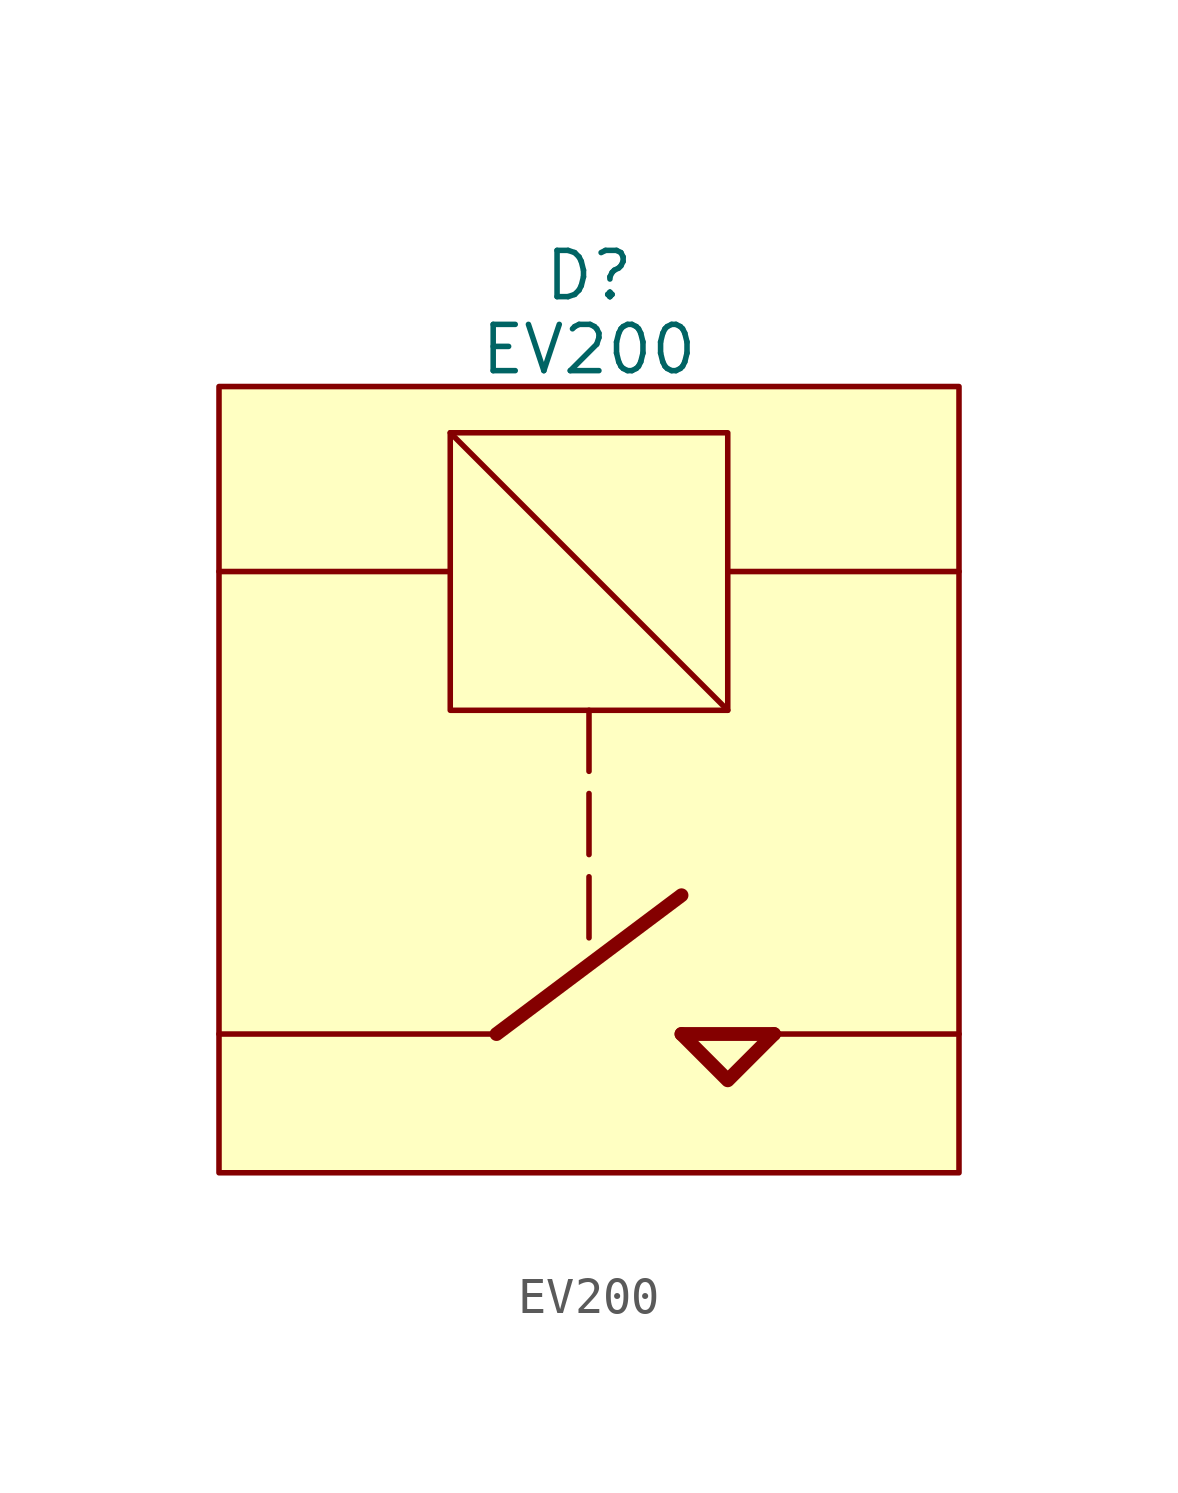
<source format=kicad_sym>
(kicad_symbol_lib
  (version 20231120)
  (generator "kicad_symbol_editor")
  (generator_version "8.0")
  (symbol "EV200"
    (property "Reference" "D"
      (at 0 3.048 0)
      (effects (font (size 1.27 1.27))))
    (property "Value" "EV200"
      (at 0 1.016 0)
      (effects (font (size 1.27 1.27))))
    (symbol "EV200_0_1"
      (rectangle (start -3.81 -1.27) (end 3.81 -8.89) (stroke (width 0) (type default)) (fill (type none))))
    (symbol "EV200_1_1"
      (rectangle (start -10.16 0) (end 10.16 -21.59) (stroke (width 0) (type default)) (fill (type background)))
      (polyline (pts (xy -10.16 -17.78) (xy -2.54 -17.78)) (stroke (width 0) (type default)) (fill (type none)))
      (polyline (pts (xy -3.81 -5.08) (xy -10.16 -5.08)) (stroke (width 0) (type default)) (fill (type none)))
      (polyline (pts (xy -3.81 -1.27) (xy 3.81 -8.89)) (stroke (width 0) (type default)) (fill (type none)))
      (polyline (pts (xy -2.54 -17.78) (xy 2.54 -13.97)) (stroke (width 0.381) (type default)) (fill (type none)))
      (polyline (pts (xy 0 -8.89) (xy 0 -15.24)) (stroke (width 0) (type dash)) (fill (type none)))
      (polyline (pts (xy 2.54 -17.78) (xy 5.08 -17.78)) (stroke (width 0.381) (type default)) (fill (type none)))
      (polyline (pts (xy 2.54 -17.78) (xy 10.16 -17.78)) (stroke (width 0) (type default)) (fill (type none)))
      (polyline (pts (xy 3.81 -5.08) (xy 10.16 -5.08)) (stroke (width 0) (type default)) (fill (type none)))
      (polyline (pts (xy 2.54 -17.78) (xy 3.81 -19.05) (xy 5.08 -17.78)) (stroke (width 0.381) (type default)) (fill (type none))))))
</source>
